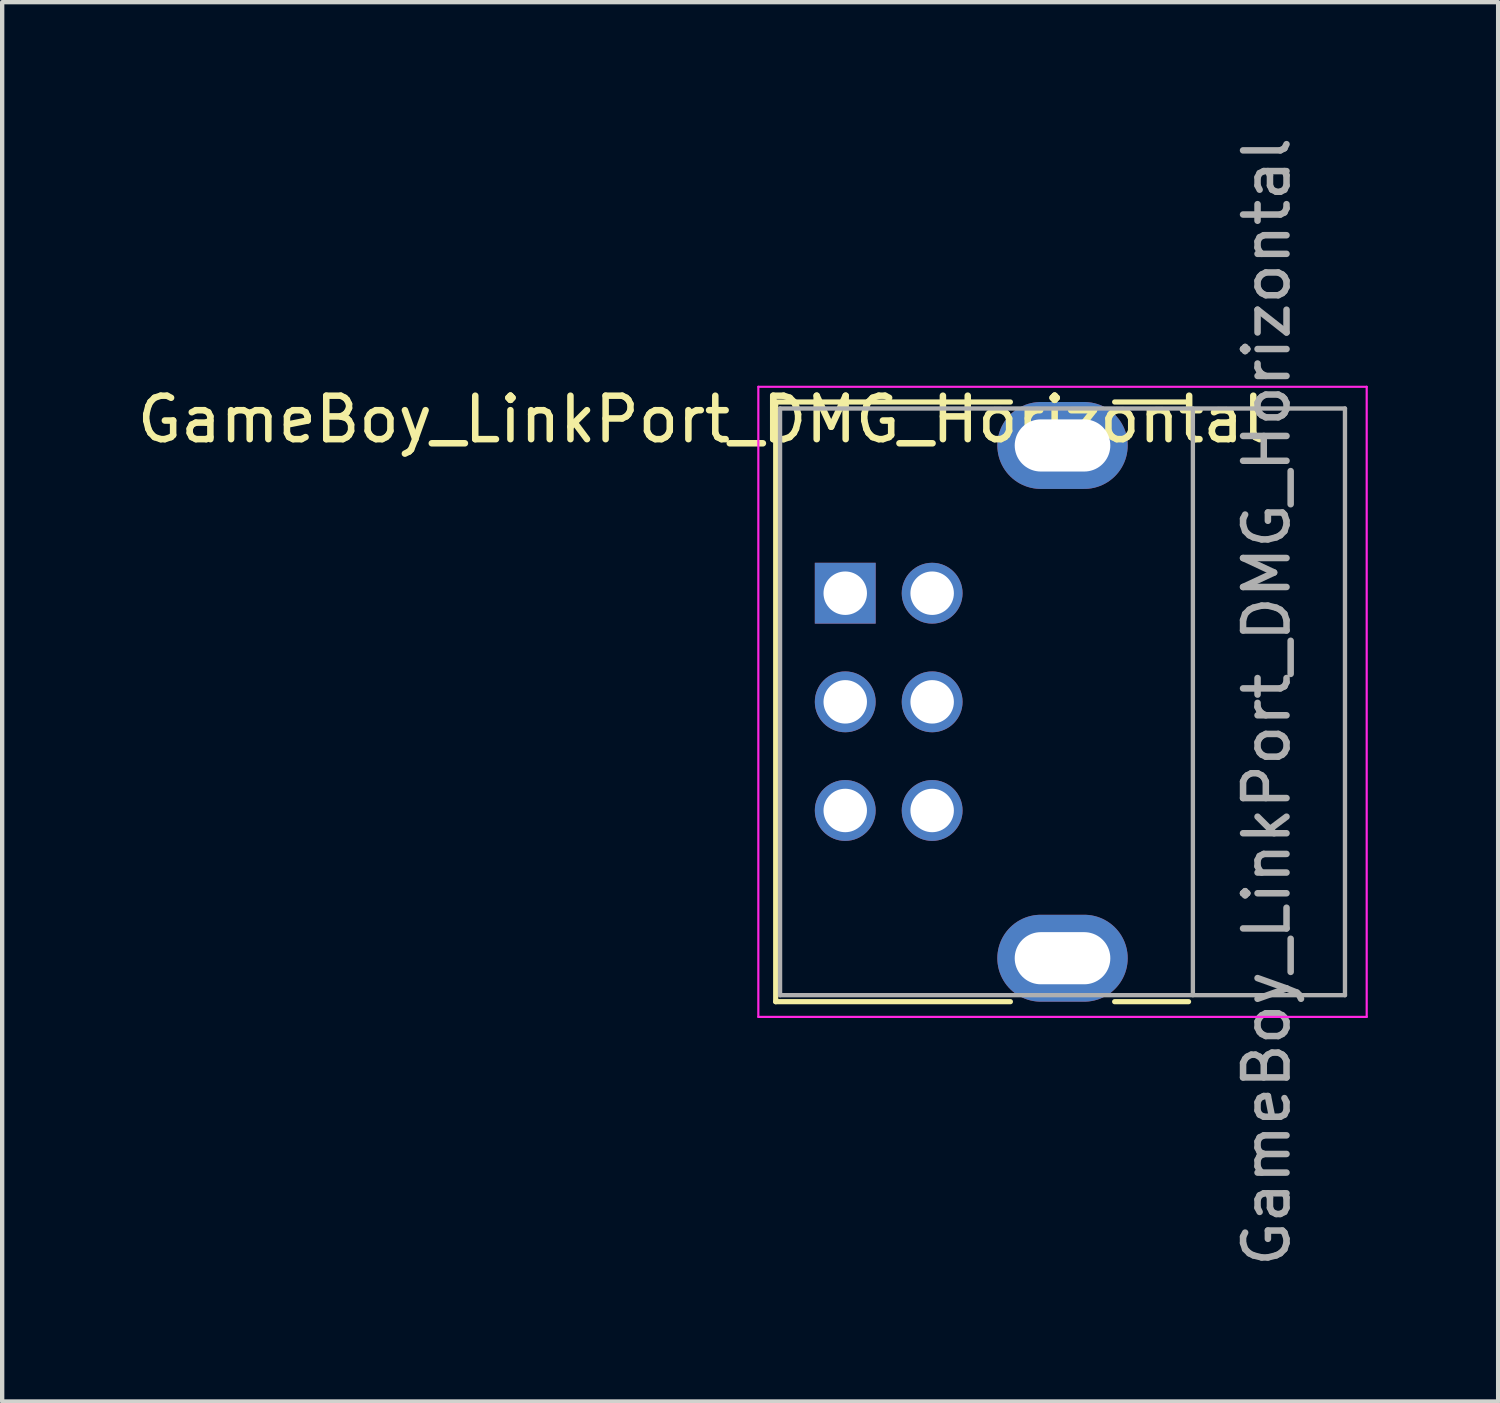
<source format=kicad_pcb>
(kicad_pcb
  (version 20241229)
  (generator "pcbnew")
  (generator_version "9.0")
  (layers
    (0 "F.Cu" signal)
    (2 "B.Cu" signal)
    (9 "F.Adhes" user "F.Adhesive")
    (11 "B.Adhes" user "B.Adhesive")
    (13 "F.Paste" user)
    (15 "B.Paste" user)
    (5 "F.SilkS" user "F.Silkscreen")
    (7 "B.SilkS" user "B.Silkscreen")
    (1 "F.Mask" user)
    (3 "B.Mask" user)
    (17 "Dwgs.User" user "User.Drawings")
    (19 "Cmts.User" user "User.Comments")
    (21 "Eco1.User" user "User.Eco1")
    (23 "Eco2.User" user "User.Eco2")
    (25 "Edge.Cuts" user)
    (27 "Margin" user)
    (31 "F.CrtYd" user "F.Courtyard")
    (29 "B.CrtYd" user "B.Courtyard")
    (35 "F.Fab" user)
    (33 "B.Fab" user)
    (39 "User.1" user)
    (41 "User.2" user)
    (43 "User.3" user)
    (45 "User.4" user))
  (footprint "GameBoy_LinkPort_DMG_Horizontal"
    (layer "F.Cu")
    (at 16.401 10.601)
    (property "Reference" "GameBoy_LinkPort_DMG_Horizontal" (at -3.3 -4 180) (layer "F.SilkS") (effects (font (size 1 1) (thickness 0.15))))
    (attr through_hole)
    (fp_line (start -1.6 -4.4) (end -1.6 9.4) (stroke (width 0.12) (type solid)) (layer "F.SilkS"))
    (fp_line (start -1.6 9.4) (end 3.8 9.4) (stroke (width 0.12) (type solid)) (layer "F.SilkS"))
    (fp_line (start 3.8 -4.4) (end -1.6 -4.4) (stroke (width 0.12) (type solid)) (layer "F.SilkS"))
    (fp_line (start 6.2 9.4) (end 7.9 9.4) (stroke (width 0.12) (type solid)) (layer "F.SilkS"))
    (fp_line (start 7.9 -4.4) (end 6.2 -4.4) (stroke (width 0.12) (type solid)) (layer "F.SilkS"))
    (fp_line (start -2 -4.75) (end -2 9.75) (stroke (width 0.05) (type solid)) (layer "F.CrtYd"))
    (fp_line (start -2 9.75) (end 12 9.75) (stroke (width 0.05) (type solid)) (layer "F.CrtYd"))
    (fp_line (start 12 -4.75) (end -2 -4.75) (stroke (width 0.05) (type solid)) (layer "F.CrtYd"))
    (fp_line (start 12 9.75) (end 12 -4.75) (stroke (width 0.05) (type solid)) (layer "F.CrtYd"))
    (fp_line (start -1.5 -4.25) (end 11.5 -4.25) (stroke (width 0.1) (type solid)) (layer "F.Fab"))
    (fp_line (start -1.5 9.25) (end -1.5 -4.25) (stroke (width 0.1) (type solid)) (layer "F.Fab"))
    (fp_line (start -1.5 9.25) (end 11.5 9.25) (stroke (width 0.1) (type solid)) (layer "F.Fab"))
    (fp_line (start 8 9.25) (end 8 -4.25) (stroke (width 0.1) (type solid)) (layer "F.Fab"))
    (fp_line (start 11.5 -4.25) (end 11.5 9.25) (stroke (width 0.1) (type solid)) (layer "F.Fab"))
    (fp_text user "${REFERENCE}" (at 9.7 2.5 270) (layer "F.Fab") (effects (font (size 1 1) (thickness 0.15))))
    (pad "1" thru_hole rect (at 0 0 90) (size 1.4 1.4) (drill 1) (layers "*.Cu" "*.Mask"))
    (pad "2" thru_hole circle (at 2 0 90) (size 1.4 1.4) (drill 1) (layers "*.Cu" "*.Mask"))
    (pad "3" thru_hole circle (at 0 2.5 90) (size 1.4 1.4) (drill 1) (layers "*.Cu" "*.Mask"))
    (pad "4" thru_hole circle (at 2 2.5 90) (size 1.4 1.4) (drill 1) (layers "*.Cu" "*.Mask"))
    (pad "5" thru_hole circle (at 0 5 90) (size 1.4 1.4) (drill 1) (layers "*.Cu" "*.Mask"))
    (pad "6" thru_hole circle (at 2 5 90) (size 1.4 1.4) (drill 1) (layers "*.Cu" "*.Mask"))
    (pad "SH" thru_hole oval (at 5 -3.4 90) (size 2 3) (drill oval 1.2 2.2) (layers "*.Cu" "*.Mask"))
    (pad "SH" thru_hole oval (at 5 8.4 90) (size 2 3) (drill oval 1.2 2.2) (layers "*.Cu" "*.Mask")))
  (gr_rect
    (start -3 -3)
    (end 31.426 29.202)
    (stroke (width 0.1) (type default))
    (fill no)
    (layer "Edge.Cuts")))
</source>
